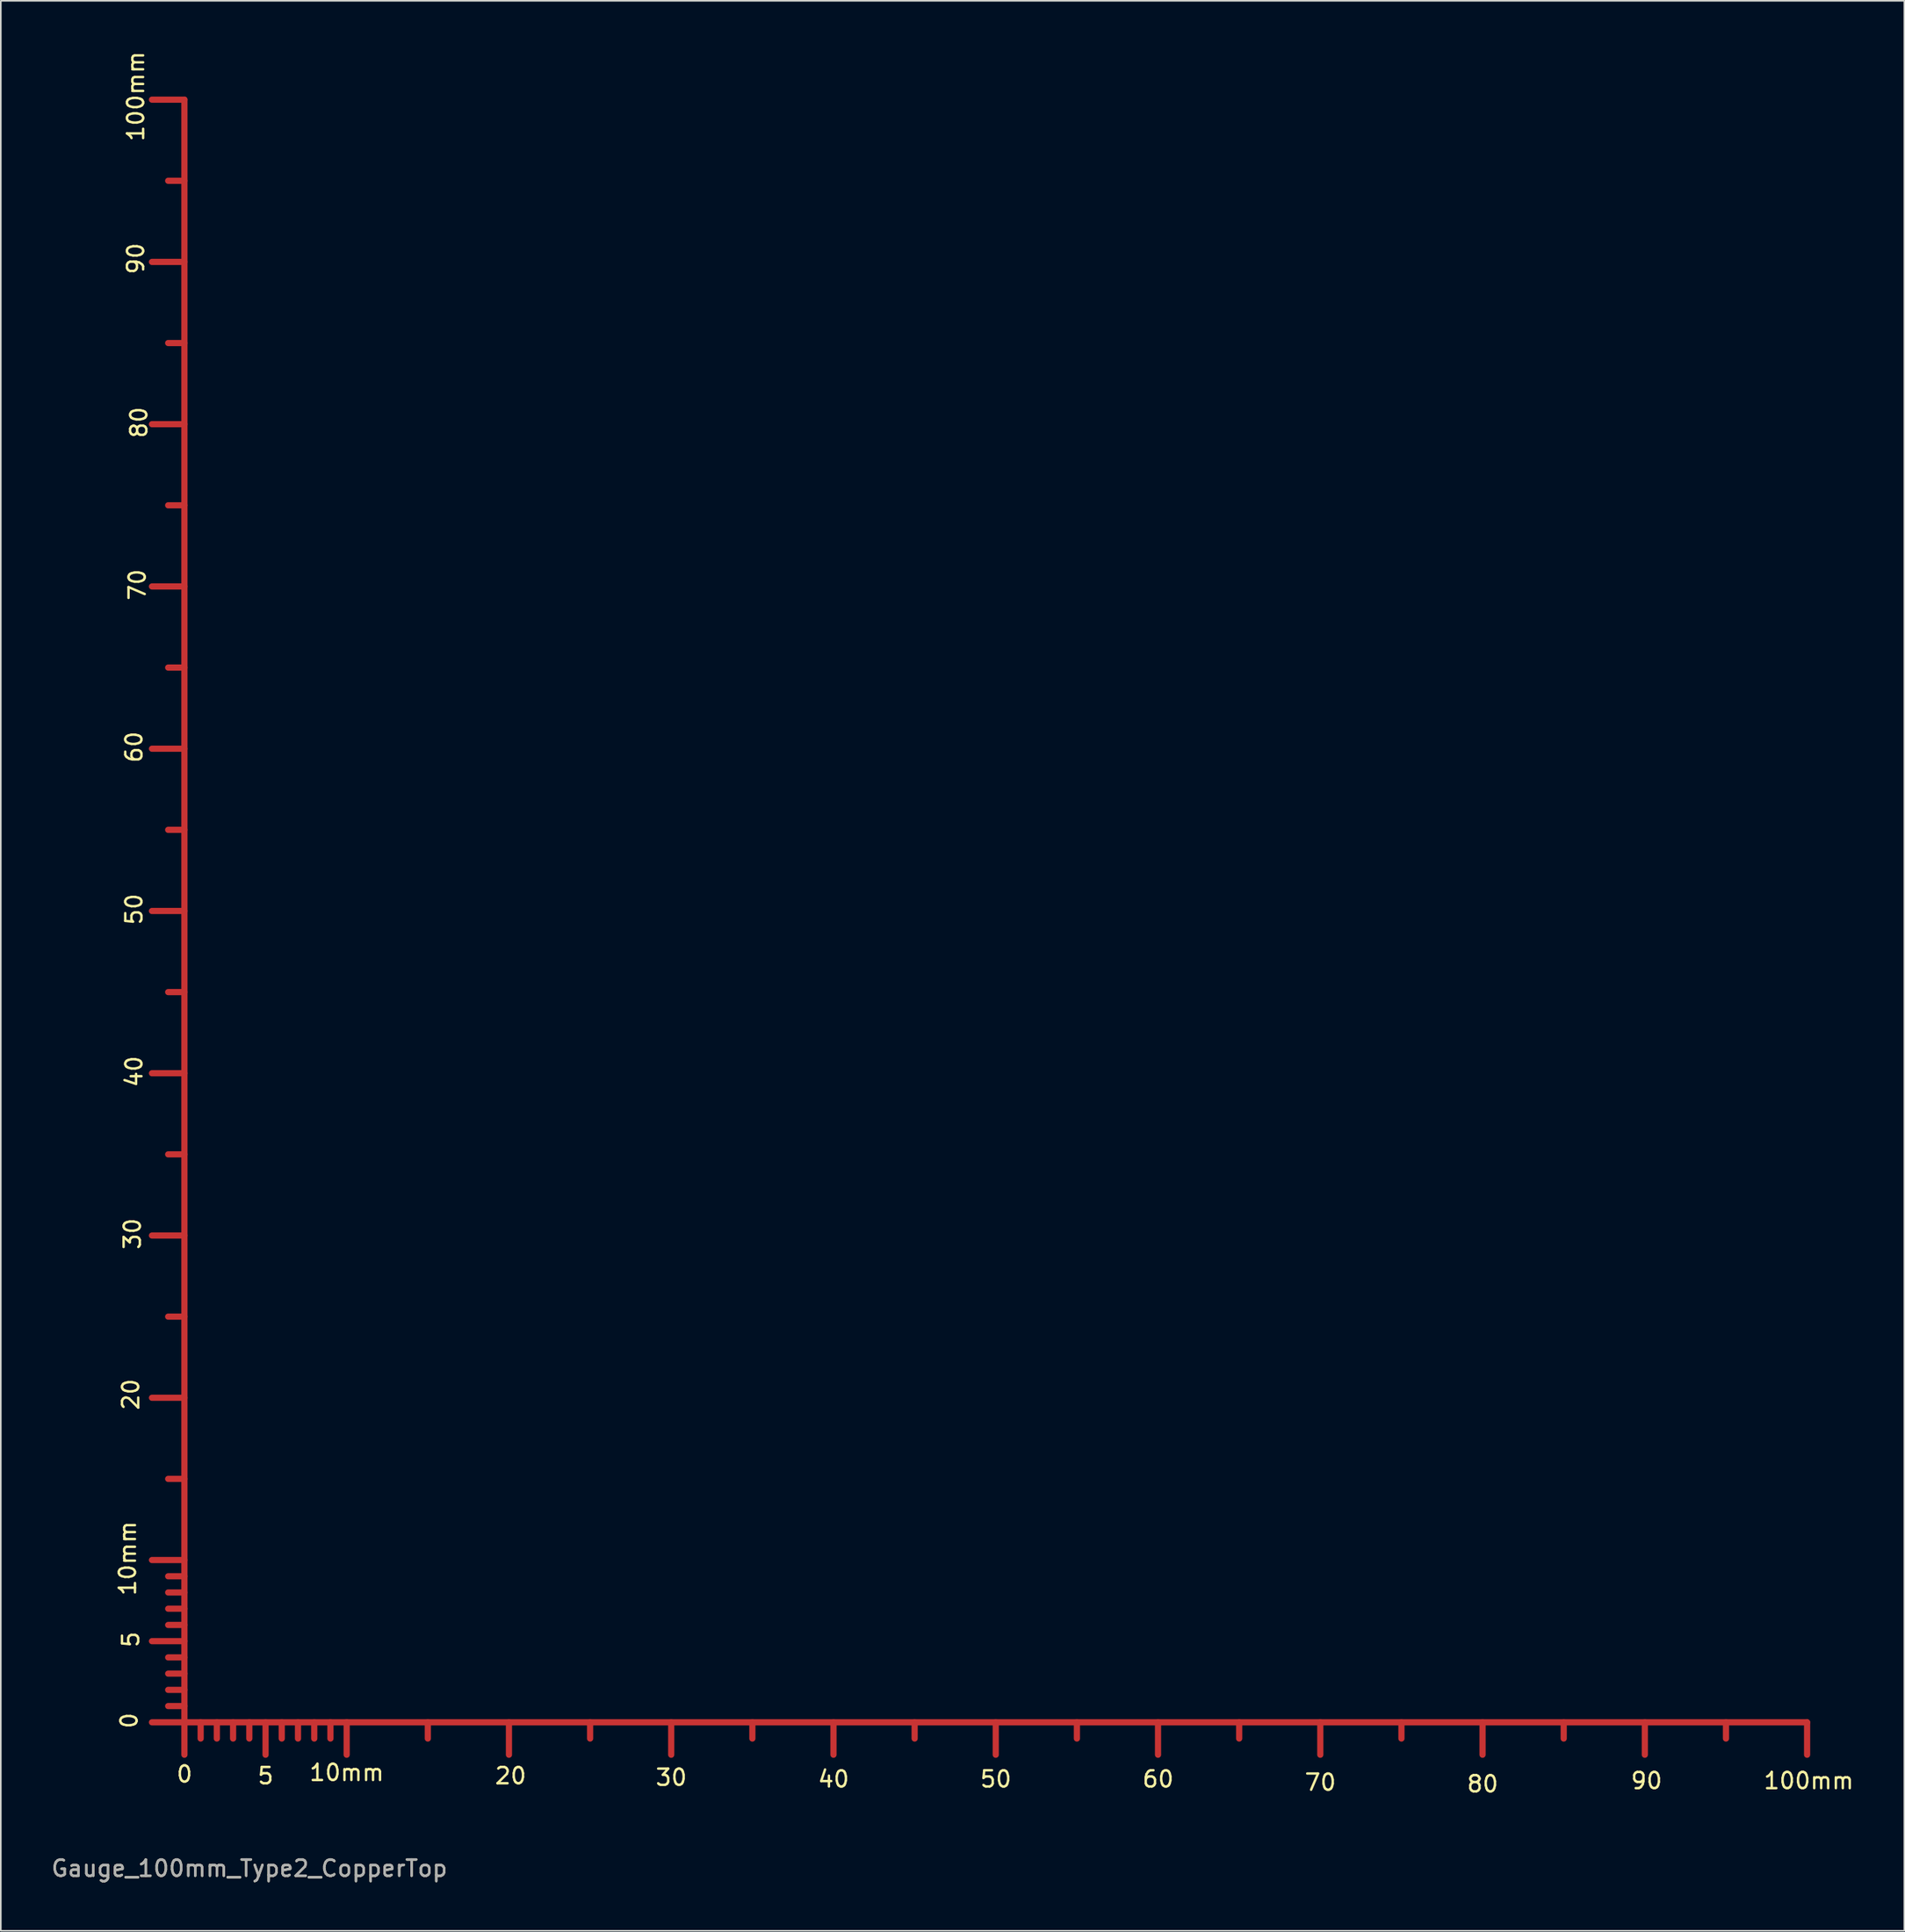
<source format=kicad_pcb>
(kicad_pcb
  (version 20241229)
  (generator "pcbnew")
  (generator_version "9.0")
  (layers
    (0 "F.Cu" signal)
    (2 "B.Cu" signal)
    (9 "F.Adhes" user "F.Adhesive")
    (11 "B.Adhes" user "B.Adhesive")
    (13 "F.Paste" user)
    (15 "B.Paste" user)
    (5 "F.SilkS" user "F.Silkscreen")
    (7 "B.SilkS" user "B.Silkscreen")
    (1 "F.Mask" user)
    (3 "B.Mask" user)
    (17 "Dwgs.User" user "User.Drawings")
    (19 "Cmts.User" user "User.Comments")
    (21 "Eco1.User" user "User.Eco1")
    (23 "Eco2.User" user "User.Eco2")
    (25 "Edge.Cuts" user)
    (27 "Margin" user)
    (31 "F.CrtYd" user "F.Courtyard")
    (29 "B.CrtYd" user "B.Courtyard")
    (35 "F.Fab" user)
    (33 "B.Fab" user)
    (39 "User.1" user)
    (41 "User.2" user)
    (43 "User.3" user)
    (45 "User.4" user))
  (footprint "Gauge_100mm_Type2_CopperTop"
    (layer "F.Cu")
    (at 8.315 103.092)
    (property "Reference" "Gauge_100mm_Type2_CopperTop" (at 4 8.999 0) (layer "F.SilkS") (effects (font (size 1 1) (thickness 0.15))))
    (attr exclude_from_pos_files exclude_from_bom)
    (fp_line (start 0 -100) (end -1.999 -100) (stroke (width 0.381) (type solid)) (layer "F.Cu"))
    (fp_line (start 0 -95.001) (end -1.001 -95.001) (stroke (width 0.381) (type solid)) (layer "F.Cu"))
    (fp_line (start 0 -90) (end -1.999 -90) (stroke (width 0.381) (type solid)) (layer "F.Cu"))
    (fp_line (start 0 -85.001) (end -1.001 -85.001) (stroke (width 0.381) (type solid)) (layer "F.Cu"))
    (fp_line (start 0 -80) (end -1.999 -80) (stroke (width 0.381) (type solid)) (layer "F.Cu"))
    (fp_line (start 0 -75.001) (end -1.001 -75.001) (stroke (width 0.381) (type solid)) (layer "F.Cu"))
    (fp_line (start 0 -70) (end -1.999 -70) (stroke (width 0.381) (type solid)) (layer "F.Cu"))
    (fp_line (start 0 -65.001) (end -1.001 -65.001) (stroke (width 0.381) (type solid)) (layer "F.Cu"))
    (fp_line (start 0 -60) (end -1.999 -60) (stroke (width 0.381) (type solid)) (layer "F.Cu"))
    (fp_line (start 0 -55.001) (end -1.001 -55.001) (stroke (width 0.381) (type solid)) (layer "F.Cu"))
    (fp_line (start 0 -50) (end -1.999 -50) (stroke (width 0.381) (type solid)) (layer "F.Cu"))
    (fp_line (start 0 -45.001) (end -1.001 -45.001) (stroke (width 0.381) (type solid)) (layer "F.Cu"))
    (fp_line (start 0 -40) (end -1.999 -40) (stroke (width 0.381) (type solid)) (layer "F.Cu"))
    (fp_line (start 0 -35.001) (end -1.001 -35.001) (stroke (width 0.381) (type solid)) (layer "F.Cu"))
    (fp_line (start 0 -30) (end -1.999 -30) (stroke (width 0.381) (type solid)) (layer "F.Cu"))
    (fp_line (start 0 -25.001) (end -1.001 -25.001) (stroke (width 0.381) (type solid)) (layer "F.Cu"))
    (fp_line (start 0 -20) (end -1.999 -20) (stroke (width 0.381) (type solid)) (layer "F.Cu"))
    (fp_line (start 0 -15.001) (end -1.001 -15.001) (stroke (width 0.381) (type solid)) (layer "F.Cu"))
    (fp_line (start 0 -10) (end -1.999 -10) (stroke (width 0.381) (type solid)) (layer "F.Cu"))
    (fp_line (start 0 -8.999) (end -1.001 -8.999) (stroke (width 0.381) (type solid)) (layer "F.Cu"))
    (fp_line (start 0 -8.001) (end -1.001 -8.001) (stroke (width 0.381) (type solid)) (layer "F.Cu"))
    (fp_line (start 0 -7) (end -1.001 -7) (stroke (width 0.381) (type solid)) (layer "F.Cu"))
    (fp_line (start 0 -5.999) (end -1.001 -5.999) (stroke (width 0.381) (type solid)) (layer "F.Cu"))
    (fp_line (start 0 -5.001) (end -1.999 -5.001) (stroke (width 0.381) (type solid)) (layer "F.Cu"))
    (fp_line (start 0 -4) (end -1.001 -4) (stroke (width 0.381) (type solid)) (layer "F.Cu"))
    (fp_line (start 0 -3) (end -1.001 -3) (stroke (width 0.381) (type solid)) (layer "F.Cu"))
    (fp_line (start 0 -1.999) (end -1.001 -1.999) (stroke (width 0.381) (type solid)) (layer "F.Cu"))
    (fp_line (start 0 -1.001) (end -1.001 -1.001) (stroke (width 0.381) (type solid)) (layer "F.Cu"))
    (fp_line (start 0 0) (end -1.999 0) (stroke (width 0.381) (type solid)) (layer "F.Cu"))
    (fp_line (start 0 0) (end 0 -100) (stroke (width 0.381) (type solid)) (layer "F.Cu"))
    (fp_line (start 0 0) (end 0 1.999) (stroke (width 0.381) (type solid)) (layer "F.Cu"))
    (fp_line (start 0 0) (end 10 0) (stroke (width 0.381) (type solid)) (layer "F.Cu"))
    (fp_line (start 1.001 0) (end 1.001 1.001) (stroke (width 0.381) (type solid)) (layer "F.Cu"))
    (fp_line (start 1.999 0) (end 1.999 1.001) (stroke (width 0.381) (type solid)) (layer "F.Cu"))
    (fp_line (start 3 0) (end 3 1.001) (stroke (width 0.381) (type solid)) (layer "F.Cu"))
    (fp_line (start 4 0) (end 4 1.001) (stroke (width 0.381) (type solid)) (layer "F.Cu"))
    (fp_line (start 5.001 0) (end 5.001 1.999) (stroke (width 0.381) (type solid)) (layer "F.Cu"))
    (fp_line (start 5.999 0) (end 5.999 1.001) (stroke (width 0.381) (type solid)) (layer "F.Cu"))
    (fp_line (start 7 0) (end 7 1.001) (stroke (width 0.381) (type solid)) (layer "F.Cu"))
    (fp_line (start 8.001 0) (end 8.001 1.001) (stroke (width 0.381) (type solid)) (layer "F.Cu"))
    (fp_line (start 8.999 0) (end 8.999 1.001) (stroke (width 0.381) (type solid)) (layer "F.Cu"))
    (fp_line (start 10 0) (end 10 1.999) (stroke (width 0.381) (type solid)) (layer "F.Cu"))
    (fp_line (start 10 0) (end 100 0) (stroke (width 0.381) (type solid)) (layer "F.Cu"))
    (fp_line (start 15.001 0) (end 15.001 1.001) (stroke (width 0.381) (type solid)) (layer "F.Cu"))
    (fp_line (start 20 0) (end 20 1.999) (stroke (width 0.381) (type solid)) (layer "F.Cu"))
    (fp_line (start 25.001 0) (end 25.001 1.001) (stroke (width 0.381) (type solid)) (layer "F.Cu"))
    (fp_line (start 30 0) (end 30 1.999) (stroke (width 0.381) (type solid)) (layer "F.Cu"))
    (fp_line (start 35.001 0) (end 35.001 1.001) (stroke (width 0.381) (type solid)) (layer "F.Cu"))
    (fp_line (start 40 0) (end 40 1.999) (stroke (width 0.381) (type solid)) (layer "F.Cu"))
    (fp_line (start 45.001 0) (end 45.001 1.001) (stroke (width 0.381) (type solid)) (layer "F.Cu"))
    (fp_line (start 50 0) (end 50 1.999) (stroke (width 0.381) (type solid)) (layer "F.Cu"))
    (fp_line (start 55.001 0) (end 55.001 1.001) (stroke (width 0.381) (type solid)) (layer "F.Cu"))
    (fp_line (start 60 0) (end 60 1.999) (stroke (width 0.381) (type solid)) (layer "F.Cu"))
    (fp_line (start 65.001 0) (end 65.001 1.001) (stroke (width 0.381) (type solid)) (layer "F.Cu"))
    (fp_line (start 70 0) (end 70 1.999) (stroke (width 0.381) (type solid)) (layer "F.Cu"))
    (fp_line (start 75.001 0) (end 75.001 1.001) (stroke (width 0.381) (type solid)) (layer "F.Cu"))
    (fp_line (start 80 0) (end 80 1.999) (stroke (width 0.381) (type solid)) (layer "F.Cu"))
    (fp_line (start 85.001 0) (end 85.001 1.001) (stroke (width 0.381) (type solid)) (layer "F.Cu"))
    (fp_line (start 90 0) (end 90 1.999) (stroke (width 0.381) (type solid)) (layer "F.Cu"))
    (fp_line (start 95.001 0) (end 95.001 1.001) (stroke (width 0.381) (type solid)) (layer "F.Cu"))
    (fp_line (start 100 0) (end 100 1.999) (stroke (width 0.381) (type solid)) (layer "F.Cu"))
    (fp_text user "0" (at 0.005 3.198 0) (layer "F.SilkS") (effects (font (size 1 1) (thickness 0.15))))
    (fp_text user "40" (at -3.101 -40.104 90) (layer "F.SilkS") (effects (font (size 1 1) (thickness 0.15))))
    (fp_text user "90" (at 90.106 3.602 0) (layer "F.SilkS") (effects (font (size 1 1) (thickness 0.15))))
    (fp_text user "50" (at -3.101 -50.104 90) (layer "F.SilkS") (effects (font (size 1 1) (thickness 0.15))))
    (fp_text user "90" (at -3 -90.206 90) (layer "F.SilkS") (effects (font (size 1 1) (thickness 0.15))))
    (fp_text user "70" (at 70.005 3.701 0) (layer "F.SilkS") (effects (font (size 1 1) (thickness 0.15))))
    (fp_text user "100mm" (at -3 -100.206 90) (layer "F.SilkS") (effects (font (size 1 1) (thickness 0.15))))
    (fp_text user "5" (at 5.004 3.299 0) (layer "F.SilkS") (effects (font (size 1 1) (thickness 0.15))))
    (fp_text user "20" (at 20.104 3.299 0) (layer "F.SilkS") (effects (font (size 1 1) (thickness 0.15))))
    (fp_text user "40" (at 40.005 3.5 0) (layer "F.SilkS") (effects (font (size 1 1) (thickness 0.15))))
    (fp_text user "80" (at -2.802 -80.104 90) (layer "F.SilkS") (effects (font (size 1 1) (thickness 0.15))))
    (fp_text user "80" (at 80.005 3.8 0) (layer "F.SilkS") (effects (font (size 1 1) (thickness 0.15))))
    (fp_text user "30" (at 30.005 3.399 0) (layer "F.SilkS") (effects (font (size 1 1) (thickness 0.15))))
    (fp_text user "30" (at -3.203 -30.104 90) (layer "F.SilkS") (effects (font (size 1 1) (thickness 0.15))))
    (fp_text user "70" (at -2.901 -70.104 90) (layer "F.SilkS") (effects (font (size 1 1) (thickness 0.15))))
    (fp_text user "10mm" (at -3.503 -10.104 90) (layer "F.SilkS") (effects (font (size 1 1) (thickness 0.15))))
    (fp_text user "100mm" (at 100.106 3.602 0) (layer "F.SilkS") (effects (font (size 1 1) (thickness 0.15))))
    (fp_text user "0" (at -3.404 -0.104 90) (layer "F.SilkS") (effects (font (size 1 1) (thickness 0.15))))
    (fp_text user "5" (at -3.302 -5.103 90) (layer "F.SilkS") (effects (font (size 1 1) (thickness 0.15))))
    (fp_text user "50" (at 50.005 3.5 0) (layer "F.SilkS") (effects (font (size 1 1) (thickness 0.15))))
    (fp_text user "20" (at -3.302 -20.203 90) (layer "F.SilkS") (effects (font (size 1 1) (thickness 0.15))))
    (fp_text user "10mm" (at 10.005 3.099 0) (layer "F.SilkS") (effects (font (size 1 1) (thickness 0.15))))
    (fp_text user "60" (at -3.101 -60.104 90) (layer "F.SilkS") (effects (font (size 1 1) (thickness 0.15))))
    (fp_text user "60" (at 60.005 3.5 0) (layer "F.SilkS") (effects (font (size 1 1) (thickness 0.15))))
    (fp_text user "${REFERENCE}" (at 4 8.999 0) (layer "F.Fab") (effects (font (size 1 1) (thickness 0.15)))))
  (gr_rect
    (start -3 -3)
    (end 114.308 115.94)
    (stroke (width 0.1) (type default))
    (fill no)
    (layer "Edge.Cuts")))
</source>
